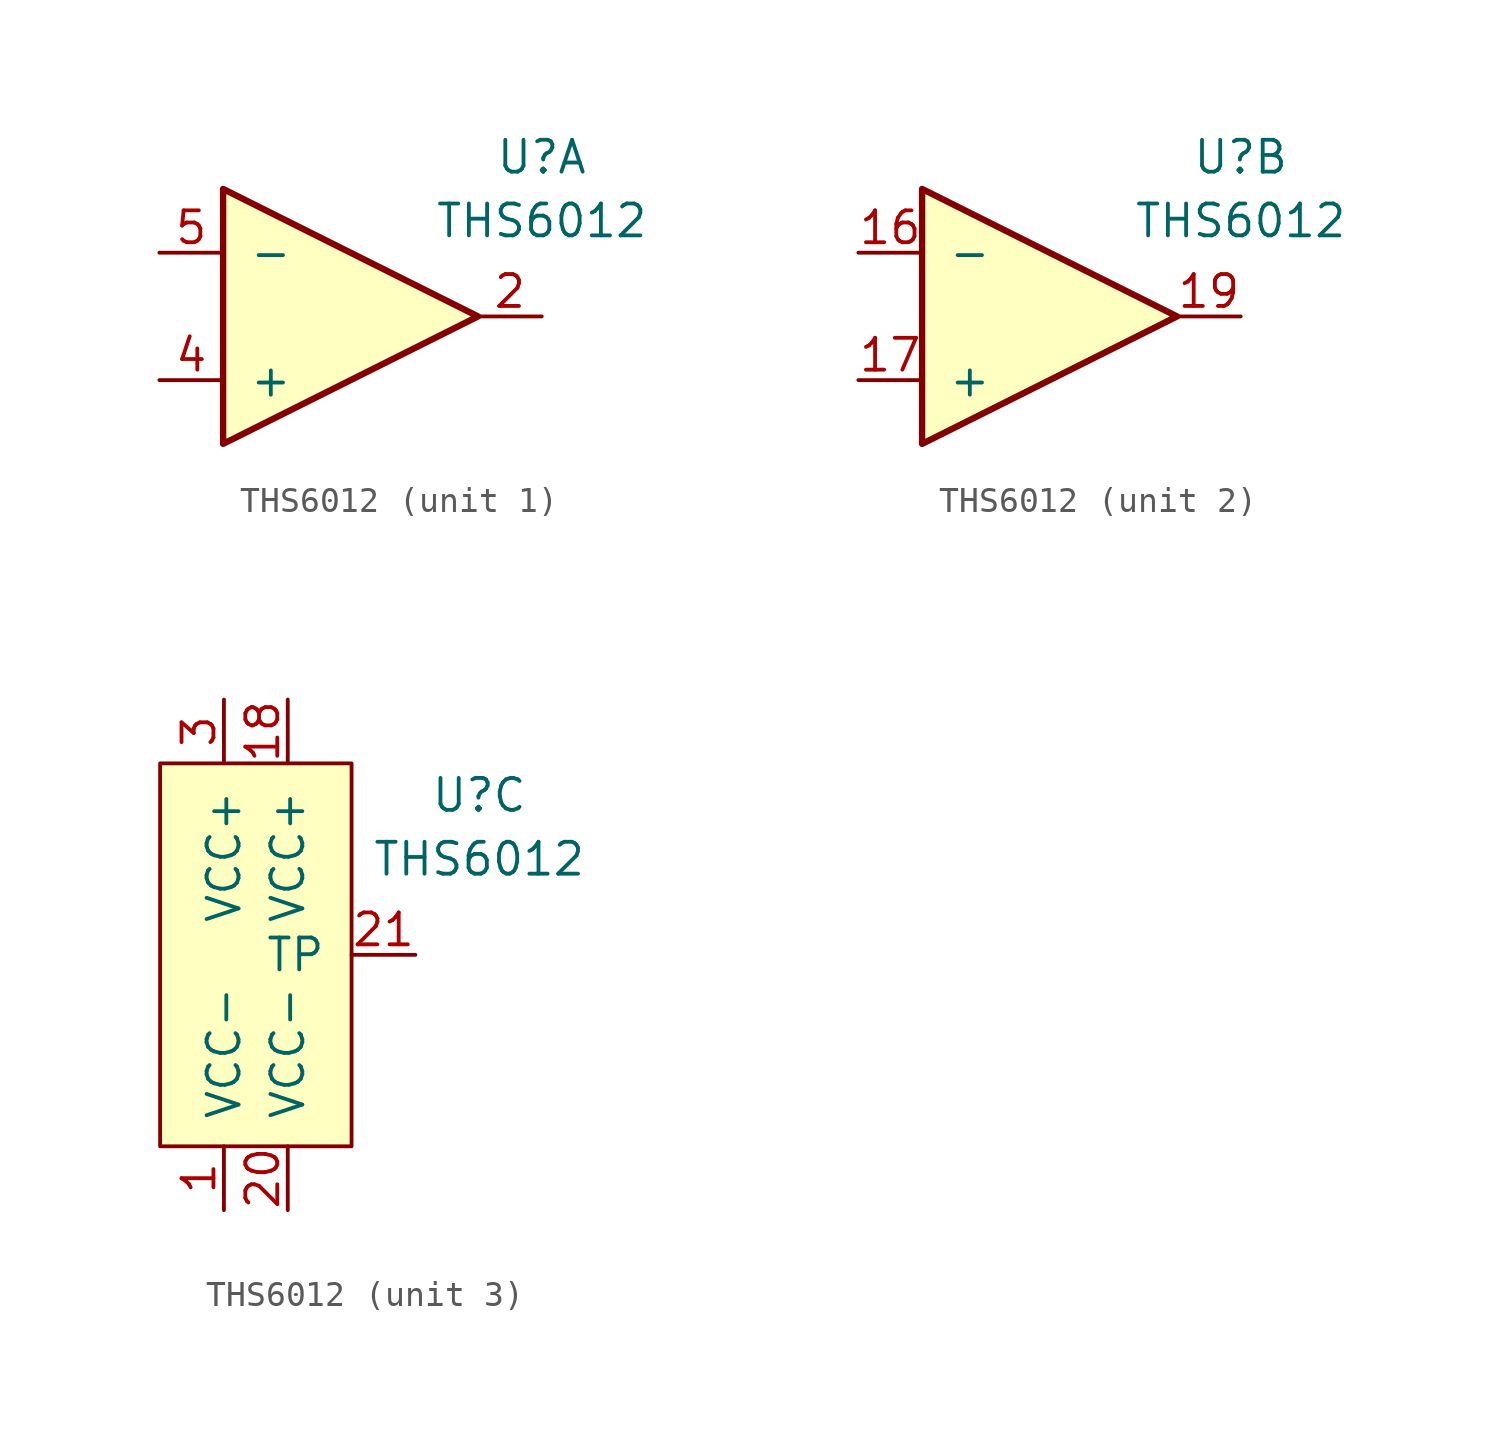
<source format=kicad_sym>
(kicad_symbol_lib
  (version 20220914)
  (generator kicad_symbol_editor)
  (symbol "THS6012"
    (pin_names
      (offset 1.016))
    (property "Reference" "U"
      (at 8.89 6.35 0)
      (effects (font (size 1.27 1.27))))
    (property "Value" "THS6012"
      (at 8.89 3.81 0)
      (effects (font (size 1.27 1.27))))
    (symbol "THS6012_1_1"
      (polyline (pts (xy -3.81 5.08) (xy 6.35 0) (xy -3.81 -5.08) (xy -3.81 5.08)) (stroke (width 0.254) (type default)) (fill (type background)))
      (pin output line (at 8.89 0 180) (length 2.54) (name "~" (effects (font (size 1.27 1.27)))) (number "2" (effects (font (size 1.27 1.27)))))
      (pin input line (at -6.35 -2.54 0) (length 2.54) (name "+" (effects (font (size 1.27 1.27)))) (number "4" (effects (font (size 1.27 1.27)))))
      (pin input line (at -6.35 2.54 0) (length 2.54) (name "-" (effects (font (size 1.27 1.27)))) (number "5" (effects (font (size 1.27 1.27))))))
    (symbol "THS6012_2_1"
      (polyline (pts (xy -3.81 5.08) (xy 6.35 0) (xy -3.81 -5.08) (xy -3.81 5.08)) (stroke (width 0.254) (type default)) (fill (type background)))
      (pin input line (at -6.35 2.54 0) (length 2.54) (name "-" (effects (font (size 1.27 1.27)))) (number "16" (effects (font (size 1.27 1.27)))))
      (pin input line (at -6.35 -2.54 0) (length 2.54) (name "+" (effects (font (size 1.27 1.27)))) (number "17" (effects (font (size 1.27 1.27)))))
      (pin output line (at 8.89 0 180) (length 2.54) (name "~" (effects (font (size 1.27 1.27)))) (number "19" (effects (font (size 1.27 1.27))))))
    (symbol "THS6012_3_1"
      (rectangle (start -3.81 7.62) (end 3.81 -7.62) (stroke (width 0) (type default)) (fill (type background)))
      (pin passive line (at -1.27 -10.16 90) (length 2.54) (name "VCC-" (effects (font (size 1.27 1.27)))) (number "1" (effects (font (size 1.27 1.27)))))
      (pin no_connect non_logic (at -3.81 -5.08 0) (length 0) hide (name "NC" (effects (font (size 1.27 1.27)))) (number "10" (effects (font (size 1.27 1.27)))))
      (pin no_connect non_logic (at 3.81 -5.08 180) (length 0) hide (name "NC" (effects (font (size 1.27 1.27)))) (number "11" (effects (font (size 1.27 1.27)))))
      (pin no_connect non_logic (at 3.81 -2.54 180) (length 0) hide (name "NC" (effects (font (size 1.27 1.27)))) (number "12" (effects (font (size 1.27 1.27)))))
      (pin no_connect non_logic (at -3.81 -7.62 0) (length 0) hide (name "NC" (effects (font (size 1.27 1.27)))) (number "13" (effects (font (size 1.27 1.27)))))
      (pin no_connect non_logic (at 3.81 2.54 180) (length 0) hide (name "NC" (effects (font (size 1.27 1.27)))) (number "14" (effects (font (size 1.27 1.27)))))
      (pin no_connect non_logic (at 3.81 5.08 180) (length 0) hide (name "NC" (effects (font (size 1.27 1.27)))) (number "15" (effects (font (size 1.27 1.27)))))
      (pin passive line (at 1.27 10.16 270) (length 2.54) (name "VCC+" (effects (font (size 1.27 1.27)))) (number "18" (effects (font (size 1.27 1.27)))))
      (pin passive line (at 1.27 -10.16 90) (length 2.54) (name "VCC-" (effects (font (size 1.27 1.27)))) (number "20" (effects (font (size 1.27 1.27)))))
      (pin passive line (at 6.35 0 180) (length 2.54) (name "TP" (effects (font (size 1.27 1.27)))) (number "21" (effects (font (size 1.27 1.27)))))
      (pin passive line (at -1.27 10.16 270) (length 2.54) (name "VCC+" (effects (font (size 1.27 1.27)))) (number "3" (effects (font (size 1.27 1.27)))))
      (pin no_connect non_logic (at -3.81 5.08 0) (length 0) hide (name "NC" (effects (font (size 1.27 1.27)))) (number "6" (effects (font (size 1.27 1.27)))))
      (pin no_connect non_logic (at -3.81 2.54 0) (length 0) hide (name "NC" (effects (font (size 1.27 1.27)))) (number "7" (effects (font (size 1.27 1.27)))))
      (pin no_connect non_logic (at -3.81 0 0) (length 0) hide (name "NC" (effects (font (size 1.27 1.27)))) (number "8" (effects (font (size 1.27 1.27)))))
      (pin no_connect non_logic (at -3.81 -2.54 0) (length 0) hide (name "NC" (effects (font (size 1.27 1.27)))) (number "9" (effects (font (size 1.27 1.27))))))))
</source>
